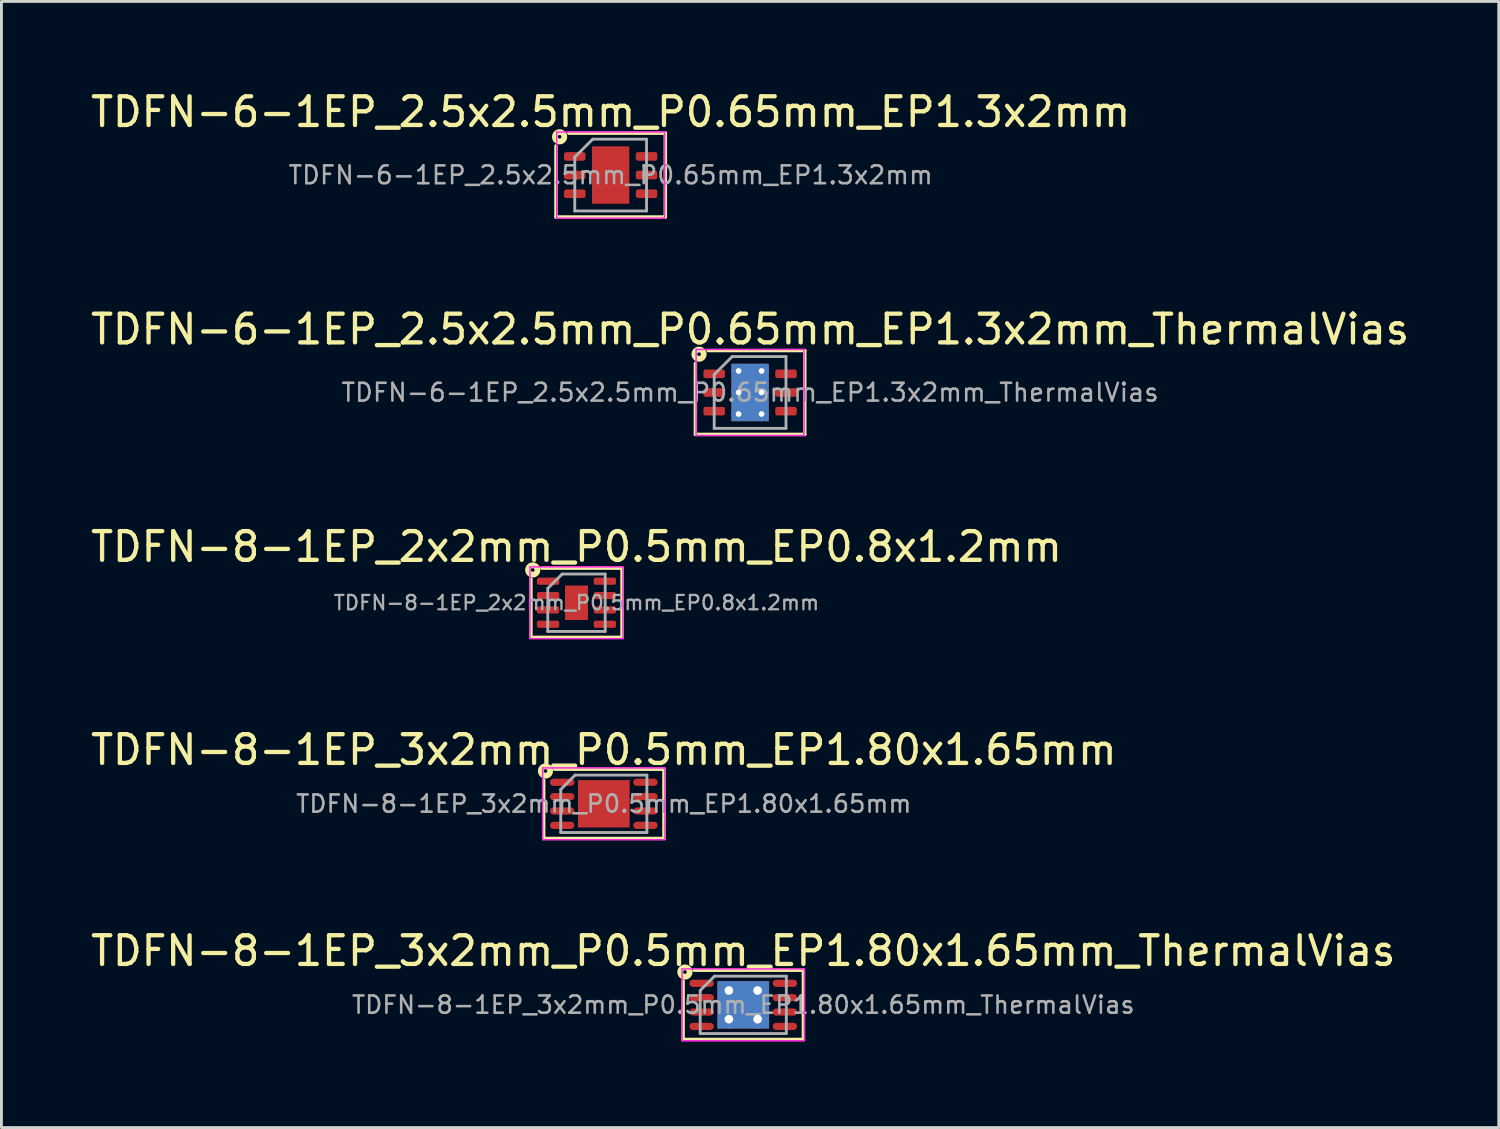
<source format=kicad_pcb>
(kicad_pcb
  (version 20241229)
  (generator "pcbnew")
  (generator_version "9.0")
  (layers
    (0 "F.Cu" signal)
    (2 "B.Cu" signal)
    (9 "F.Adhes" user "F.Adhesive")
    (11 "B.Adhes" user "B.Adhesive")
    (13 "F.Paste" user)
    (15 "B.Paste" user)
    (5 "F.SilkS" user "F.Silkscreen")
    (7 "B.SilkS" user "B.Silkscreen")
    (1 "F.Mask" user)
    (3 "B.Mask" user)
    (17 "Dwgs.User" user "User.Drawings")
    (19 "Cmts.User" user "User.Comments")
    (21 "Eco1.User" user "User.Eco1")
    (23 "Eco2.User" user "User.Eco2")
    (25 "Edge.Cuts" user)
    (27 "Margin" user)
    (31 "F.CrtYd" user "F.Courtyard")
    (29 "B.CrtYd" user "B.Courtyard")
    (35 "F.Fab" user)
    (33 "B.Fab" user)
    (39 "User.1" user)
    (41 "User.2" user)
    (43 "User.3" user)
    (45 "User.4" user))
  (footprint "TDFN-8-1EP_3x2mm_P0.5mm_EP1.80x1.65mm"
    (layer "F.Cu")
    (at 17.982 24.948)
    (property "Reference" "TDFN-8-1EP_3x2mm_P0.5mm_EP1.80x1.65mm" (at 0 -1.88 0) (layer "F.SilkS") (effects (font (size 1 1) (thickness 0.15))))
    (attr smd)
    (fp_line (start -2.095 -0.826) (end -2.095 1.206) (stroke (width 0.12) (type solid)) (layer "F.SilkS"))
    (fp_line (start -2.095 1.206) (end 2.095 1.206) (stroke (width 0.12) (type solid)) (layer "F.SilkS"))
    (fp_line (start 2.095 -1.206) (end -1.714 -1.206) (stroke (width 0.12) (type solid)) (layer "F.SilkS"))
    (fp_line (start 2.095 1.206) (end 2.095 -1.206) (stroke (width 0.12) (type solid)) (layer "F.SilkS"))
    (fp_circle (center -2.032 -1.143) (end -1.968 -1.143) (stroke (width 0.2) (type solid)) (fill no) (layer "F.SilkS"))
    (fp_line (start -2.13 -1.25) (end -2.13 1.25) (stroke (width 0.05) (type solid)) (layer "F.CrtYd"))
    (fp_line (start -2.13 1.25) (end 2.13 1.25) (stroke (width 0.05) (type solid)) (layer "F.CrtYd"))
    (fp_line (start 2.13 -1.25) (end -2.13 -1.25) (stroke (width 0.05) (type solid)) (layer "F.CrtYd"))
    (fp_line (start 2.13 1.25) (end 2.13 -1.25) (stroke (width 0.05) (type solid)) (layer "F.CrtYd"))
    (fp_line (start -1.5 -0.5) (end -1.5 1) (stroke (width 0.1) (type solid)) (layer "F.Fab"))
    (fp_line (start -1.5 1) (end 1.5 1) (stroke (width 0.1) (type solid)) (layer "F.Fab"))
    (fp_line (start -1 -1) (end -1.5 -0.5) (stroke (width 0.1) (type solid)) (layer "F.Fab"))
    (fp_line (start 1.5 -1) (end -1 -1) (stroke (width 0.1) (type solid)) (layer "F.Fab"))
    (fp_line (start 1.5 1) (end 1.5 -1) (stroke (width 0.1) (type solid)) (layer "F.Fab"))
    (fp_text user "${REFERENCE}" (at 0 0 0) (layer "F.Fab") (effects (font (size 0.6 0.6) (thickness 0.09))))
    (pad "" smd rect (at 0 -0.5) (size 0.7 0.65) (layers "F.Paste"))
    (pad "" smd rect (at 0 0) (size 1.8 0.7) (layers "F.Paste"))
    (pad "" smd rect (at 0 0.5) (size 0.7 0.65) (layers "F.Paste"))
    (pad "1" smd oval (at -1.45 -0.75) (size 0.85 0.25) (layers "F.Cu" "F.Mask" "F.Paste"))
    (pad "2" smd oval (at -1.45 -0.25) (size 0.85 0.25) (layers "F.Cu" "F.Mask" "F.Paste"))
    (pad "3" smd oval (at -1.45 0.25) (size 0.85 0.25) (layers "F.Cu" "F.Mask" "F.Paste"))
    (pad "4" smd oval (at -1.45 0.75) (size 0.85 0.25) (layers "F.Cu" "F.Mask" "F.Paste"))
    (pad "5" smd oval (at 1.45 0.75) (size 0.85 0.25) (layers "F.Cu" "F.Mask" "F.Paste"))
    (pad "6" smd oval (at 1.45 0.25) (size 0.85 0.25) (layers "F.Cu" "F.Mask" "F.Paste"))
    (pad "7" smd oval (at 1.45 -0.25) (size 0.85 0.25) (layers "F.Cu" "F.Mask" "F.Paste"))
    (pad "8" smd oval (at 1.45 -0.75) (size 0.85 0.25) (layers "F.Cu" "F.Mask" "F.Paste"))
    (pad "9" smd rect (at 0 0) (size 1.8 1.65) (layers "F.Cu" "F.Mask")))
  (footprint "TDFN-8-1EP_3x2mm_P0.5mm_EP1.80x1.65mm_ThermalVias"
    (layer "F.Cu")
    (at 22.839 31.951)
    (property "Reference" "TDFN-8-1EP_3x2mm_P0.5mm_EP1.80x1.65mm_ThermalVias" (at 0 -1.88 0) (layer "F.SilkS") (effects (font (size 1 1) (thickness 0.15))))
    (attr smd)
    (fp_line (start -2.095 -0.826) (end -2.095 1.206) (stroke (width 0.12) (type solid)) (layer "F.SilkS"))
    (fp_line (start -2.095 1.206) (end 2.095 1.206) (stroke (width 0.12) (type solid)) (layer "F.SilkS"))
    (fp_line (start 2.095 -1.206) (end -1.714 -1.206) (stroke (width 0.12) (type solid)) (layer "F.SilkS"))
    (fp_line (start 2.095 1.206) (end 2.095 -1.206) (stroke (width 0.12) (type solid)) (layer "F.SilkS"))
    (fp_circle (center -2.032 -1.143) (end -1.968 -1.143) (stroke (width 0.2) (type solid)) (fill no) (layer "F.SilkS"))
    (fp_line (start -2.13 -1.25) (end -2.13 1.25) (stroke (width 0.05) (type solid)) (layer "F.CrtYd"))
    (fp_line (start -2.13 1.25) (end 2.13 1.25) (stroke (width 0.05) (type solid)) (layer "F.CrtYd"))
    (fp_line (start 2.13 -1.25) (end -2.13 -1.25) (stroke (width 0.05) (type solid)) (layer "F.CrtYd"))
    (fp_line (start 2.13 1.25) (end 2.13 -1.25) (stroke (width 0.05) (type solid)) (layer "F.CrtYd"))
    (fp_line (start -1.5 -0.5) (end -1.5 1) (stroke (width 0.1) (type solid)) (layer "F.Fab"))
    (fp_line (start -1.5 1) (end 1.5 1) (stroke (width 0.1) (type solid)) (layer "F.Fab"))
    (fp_line (start -1 -1) (end -1.5 -0.5) (stroke (width 0.1) (type solid)) (layer "F.Fab"))
    (fp_line (start 1.5 -1) (end -1 -1) (stroke (width 0.1) (type solid)) (layer "F.Fab"))
    (fp_line (start 1.5 1) (end 1.5 -1) (stroke (width 0.1) (type solid)) (layer "F.Fab"))
    (fp_text user "${REFERENCE}" (at 0 0 0) (layer "F.Fab") (effects (font (size 0.6 0.6) (thickness 0.09))))
    (pad "" smd rect (at 0 -0.5) (size 0.7 0.65) (layers "F.Paste"))
    (pad "" smd rect (at 0 0) (size 1.8 0.7) (layers "F.Paste"))
    (pad "" smd rect (at 0 0.5) (size 0.7 0.65) (layers "F.Paste"))
    (pad "1" smd oval (at -1.45 -0.75) (size 0.85 0.25) (layers "F.Cu" "F.Mask" "F.Paste"))
    (pad "2" smd oval (at -1.45 -0.25) (size 0.85 0.25) (layers "F.Cu" "F.Mask" "F.Paste"))
    (pad "3" smd oval (at -1.45 0.25) (size 0.85 0.25) (layers "F.Cu" "F.Mask" "F.Paste"))
    (pad "4" smd oval (at -1.45 0.75) (size 0.85 0.25) (layers "F.Cu" "F.Mask" "F.Paste"))
    (pad "5" smd oval (at 1.45 0.75) (size 0.85 0.25) (layers "F.Cu" "F.Mask" "F.Paste"))
    (pad "6" smd oval (at 1.45 0.25) (size 0.85 0.25) (layers "F.Cu" "F.Mask" "F.Paste"))
    (pad "7" smd oval (at 1.45 -0.25) (size 0.85 0.25) (layers "F.Cu" "F.Mask" "F.Paste"))
    (pad "8" smd oval (at 1.45 -0.75) (size 0.85 0.25) (layers "F.Cu" "F.Mask" "F.Paste"))
    (pad "9" thru_hole circle (at -0.5 -0.5) (size 0.65 0.65) (drill 0.3) (layers "*.Cu"))
    (pad "9" thru_hole circle (at -0.5 0.5) (size 0.65 0.65) (drill 0.3) (layers "*.Cu"))
    (pad "9" smd rect (at 0 0) (size 1.8 1.65) (layers "F.Cu" "F.Mask"))
    (pad "9" smd rect (at 0 0) (size 1.8 1.65) (layers "B.Cu" "B.Mask"))
    (pad "9" thru_hole circle (at 0.5 -0.5) (size 0.65 0.65) (drill 0.3) (layers "*.Cu"))
    (pad "9" thru_hole circle (at 0.5 0.5) (size 0.65 0.65) (drill 0.3) (layers "*.Cu")))
  (footprint "TDFN-6-1EP_2.5x2.5mm_P0.65mm_EP1.3x2mm"
    (layer "F.Cu")
    (at 18.22 3.048)
    (property "Reference" "TDFN-6-1EP_2.5x2.5mm_P0.65mm_EP1.3x2mm" (at 0 -2.2 0) (layer "F.SilkS") (effects (font (size 1 1) (thickness 0.15))))
    (attr smd)
    (fp_line (start -1.905 -1.016) (end -1.905 1.46) (stroke (width 0.12) (type solid)) (layer "F.SilkS"))
    (fp_line (start -1.905 1.46) (end 1.905 1.46) (stroke (width 0.12) (type solid)) (layer "F.SilkS"))
    (fp_line (start 1.905 -1.46) (end -1.46 -1.46) (stroke (width 0.12) (type solid)) (layer "F.SilkS"))
    (fp_line (start 1.905 1.46) (end 1.905 -1.46) (stroke (width 0.12) (type solid)) (layer "F.SilkS"))
    (fp_circle (center -1.778 -1.333) (end -1.714 -1.333) (stroke (width 0.2) (type solid)) (fill no) (layer "F.SilkS"))
    (fp_line (start -1.88 -1.5) (end -1.88 1.5) (stroke (width 0.05) (type solid)) (layer "F.CrtYd"))
    (fp_line (start -1.88 1.5) (end 1.88 1.5) (stroke (width 0.05) (type solid)) (layer "F.CrtYd"))
    (fp_line (start 1.88 -1.5) (end -1.88 -1.5) (stroke (width 0.05) (type solid)) (layer "F.CrtYd"))
    (fp_line (start 1.88 1.5) (end 1.88 -1.5) (stroke (width 0.05) (type solid)) (layer "F.CrtYd"))
    (fp_line (start -1.25 -0.625) (end -0.625 -1.25) (stroke (width 0.1) (type solid)) (layer "F.Fab"))
    (fp_line (start -1.25 1.25) (end -1.25 -0.625) (stroke (width 0.1) (type solid)) (layer "F.Fab"))
    (fp_line (start -0.625 -1.25) (end 1.25 -1.25) (stroke (width 0.1) (type solid)) (layer "F.Fab"))
    (fp_line (start 1.25 -1.25) (end 1.25 1.25) (stroke (width 0.1) (type solid)) (layer "F.Fab"))
    (fp_line (start 1.25 1.25) (end -1.25 1.25) (stroke (width 0.1) (type solid)) (layer "F.Fab"))
    (fp_text user "${REFERENCE}" (at 0 0 0) (layer "F.Fab") (effects (font (size 0.62 0.62) (thickness 0.09))))
    (pad "" smd roundrect (at -0.325 -0.5) (size 0.52 0.81) (layers "F.Paste") (roundrect_rratio 0.25))
    (pad "" smd roundrect (at -0.325 0.5) (size 0.52 0.81) (layers "F.Paste") (roundrect_rratio 0.25))
    (pad "" smd roundrect (at 0.325 -0.5) (size 0.52 0.81) (layers "F.Paste") (roundrect_rratio 0.25))
    (pad "" smd roundrect (at 0.325 0.5) (size 0.52 0.81) (layers "F.Paste") (roundrect_rratio 0.25))
    (pad "1" smd roundrect (at -1.25 -0.65) (size 0.75 0.3) (layers "F.Cu" "F.Mask" "F.Paste") (roundrect_rratio 0.25))
    (pad "2" smd roundrect (at -1.25 0) (size 0.75 0.3) (layers "F.Cu" "F.Mask" "F.Paste") (roundrect_rratio 0.25))
    (pad "3" smd roundrect (at -1.25 0.65) (size 0.75 0.3) (layers "F.Cu" "F.Mask" "F.Paste") (roundrect_rratio 0.25))
    (pad "4" smd roundrect (at 1.25 0.65) (size 0.75 0.3) (layers "F.Cu" "F.Mask" "F.Paste") (roundrect_rratio 0.25))
    (pad "5" smd roundrect (at 1.25 0) (size 0.75 0.3) (layers "F.Cu" "F.Mask" "F.Paste") (roundrect_rratio 0.25))
    (pad "6" smd roundrect (at 1.25 -0.65) (size 0.75 0.3) (layers "F.Cu" "F.Mask" "F.Paste") (roundrect_rratio 0.25))
    (pad "7" smd rect (at 0 0) (size 1.3 2) (layers "F.Cu" "F.Mask")))
  (footprint "TDFN-8-1EP_2x2mm_P0.5mm_EP0.8x1.2mm"
    (layer "F.Cu")
    (at 17.03 17.945)
    (property "Reference" "TDFN-8-1EP_2x2mm_P0.5mm_EP0.8x1.2mm" (at 0 -1.95 0) (layer "F.SilkS") (effects (font (size 1 1) (thickness 0.15))))
    (attr smd)
    (fp_line (start -1.587 -0.826) (end -1.587 1.206) (stroke (width 0.12) (type solid)) (layer "F.SilkS"))
    (fp_line (start -1.587 1.206) (end 1.587 1.206) (stroke (width 0.12) (type solid)) (layer "F.SilkS"))
    (fp_line (start 1.587 -1.206) (end -1.206 -1.206) (stroke (width 0.12) (type solid)) (layer "F.SilkS"))
    (fp_line (start 1.587 1.206) (end 1.587 -1.206) (stroke (width 0.12) (type solid)) (layer "F.SilkS"))
    (fp_circle (center -1.524 -1.143) (end -1.46 -1.143) (stroke (width 0.2) (type solid)) (fill no) (layer "F.SilkS"))
    (fp_line (start -1.62 -1.25) (end -1.62 1.25) (stroke (width 0.05) (type solid)) (layer "F.CrtYd"))
    (fp_line (start -1.62 1.25) (end 1.62 1.25) (stroke (width 0.05) (type solid)) (layer "F.CrtYd"))
    (fp_line (start 1.62 -1.25) (end -1.62 -1.25) (stroke (width 0.05) (type solid)) (layer "F.CrtYd"))
    (fp_line (start 1.62 1.25) (end 1.62 -1.25) (stroke (width 0.05) (type solid)) (layer "F.CrtYd"))
    (fp_line (start -1 -0.5) (end -0.5 -1) (stroke (width 0.1) (type solid)) (layer "F.Fab"))
    (fp_line (start -1 1) (end -1 -0.5) (stroke (width 0.1) (type solid)) (layer "F.Fab"))
    (fp_line (start -0.5 -1) (end 1 -1) (stroke (width 0.1) (type solid)) (layer "F.Fab"))
    (fp_line (start 1 -1) (end 1 1) (stroke (width 0.1) (type solid)) (layer "F.Fab"))
    (fp_line (start 1 1) (end -1 1) (stroke (width 0.1) (type solid)) (layer "F.Fab"))
    (fp_text user "${REFERENCE}" (at 0 0 0) (layer "F.Fab") (effects (font (size 0.5 0.5) (thickness 0.08))))
    (pad "" smd roundrect (at -0.2 -0.3) (size 0.32 0.48) (layers "F.Paste") (roundrect_rratio 0.25))
    (pad "" smd roundrect (at -0.2 0.3) (size 0.32 0.48) (layers "F.Paste") (roundrect_rratio 0.25))
    (pad "" smd roundrect (at 0.2 -0.3) (size 0.32 0.48) (layers "F.Paste") (roundrect_rratio 0.25))
    (pad "" smd roundrect (at 0.2 0.3) (size 0.32 0.48) (layers "F.Paste") (roundrect_rratio 0.25))
    (pad "1" smd roundrect (at -0.988 -0.75) (size 0.775 0.25) (layers "F.Cu" "F.Mask" "F.Paste") (roundrect_rratio 0.25))
    (pad "2" smd roundrect (at -0.988 -0.25) (size 0.775 0.25) (layers "F.Cu" "F.Mask" "F.Paste") (roundrect_rratio 0.25))
    (pad "3" smd roundrect (at -0.988 0.25) (size 0.775 0.25) (layers "F.Cu" "F.Mask" "F.Paste") (roundrect_rratio 0.25))
    (pad "4" smd roundrect (at -0.988 0.75) (size 0.775 0.25) (layers "F.Cu" "F.Mask" "F.Paste") (roundrect_rratio 0.25))
    (pad "5" smd roundrect (at 0.988 0.75) (size 0.775 0.25) (layers "F.Cu" "F.Mask" "F.Paste") (roundrect_rratio 0.25))
    (pad "6" smd roundrect (at 0.988 0.25) (size 0.775 0.25) (layers "F.Cu" "F.Mask" "F.Paste") (roundrect_rratio 0.25))
    (pad "7" smd roundrect (at 0.988 -0.25) (size 0.775 0.25) (layers "F.Cu" "F.Mask" "F.Paste") (roundrect_rratio 0.25))
    (pad "8" smd roundrect (at 0.988 -0.75) (size 0.775 0.25) (layers "F.Cu" "F.Mask" "F.Paste") (roundrect_rratio 0.25))
    (pad "9" smd rect (at 0 0) (size 0.8 1.2) (layers "F.Cu" "F.Mask")))
  (footprint "TDFN-6-1EP_2.5x2.5mm_P0.65mm_EP1.3x2mm_ThermalVias"
    (layer "F.Cu")
    (at 23.077 10.621)
    (property "Reference" "TDFN-6-1EP_2.5x2.5mm_P0.65mm_EP1.3x2mm_ThermalVias" (at 0 -2.2 0) (layer "F.SilkS") (effects (font (size 1 1) (thickness 0.15))))
    (attr smd)
    (fp_line (start -1.905 -1.016) (end -1.905 1.46) (stroke (width 0.12) (type solid)) (layer "F.SilkS"))
    (fp_line (start -1.905 1.46) (end 1.905 1.46) (stroke (width 0.12) (type solid)) (layer "F.SilkS"))
    (fp_line (start 1.905 -1.46) (end -1.46 -1.46) (stroke (width 0.12) (type solid)) (layer "F.SilkS"))
    (fp_line (start 1.905 1.46) (end 1.905 -1.46) (stroke (width 0.12) (type solid)) (layer "F.SilkS"))
    (fp_circle (center -1.778 -1.333) (end -1.714 -1.333) (stroke (width 0.2) (type solid)) (fill no) (layer "F.SilkS"))
    (fp_line (start -1.88 -1.5) (end -1.88 1.5) (stroke (width 0.05) (type solid)) (layer "F.CrtYd"))
    (fp_line (start -1.88 1.5) (end 1.88 1.5) (stroke (width 0.05) (type solid)) (layer "F.CrtYd"))
    (fp_line (start 1.88 -1.5) (end -1.88 -1.5) (stroke (width 0.05) (type solid)) (layer "F.CrtYd"))
    (fp_line (start 1.88 1.5) (end 1.88 -1.5) (stroke (width 0.05) (type solid)) (layer "F.CrtYd"))
    (fp_line (start -1.25 -0.625) (end -0.625 -1.25) (stroke (width 0.1) (type solid)) (layer "F.Fab"))
    (fp_line (start -1.25 1.25) (end -1.25 -0.625) (stroke (width 0.1) (type solid)) (layer "F.Fab"))
    (fp_line (start -0.625 -1.25) (end 1.25 -1.25) (stroke (width 0.1) (type solid)) (layer "F.Fab"))
    (fp_line (start 1.25 -1.25) (end 1.25 1.25) (stroke (width 0.1) (type solid)) (layer "F.Fab"))
    (fp_line (start 1.25 1.25) (end -1.25 1.25) (stroke (width 0.1) (type solid)) (layer "F.Fab"))
    (fp_text user "${REFERENCE}" (at 0 0 0) (layer "F.Fab") (effects (font (size 0.62 0.62) (thickness 0.09))))
    (pad "" smd roundrect (at -0.325 -0.5) (size 0.56 0.87) (layers "F.Paste") (roundrect_rratio 0.25))
    (pad "" smd roundrect (at -0.325 0.5) (size 0.56 0.87) (layers "F.Paste") (roundrect_rratio 0.25))
    (pad "" smd roundrect (at 0.325 -0.5) (size 0.56 0.87) (layers "F.Paste") (roundrect_rratio 0.25))
    (pad "" smd roundrect (at 0.325 0.5) (size 0.56 0.87) (layers "F.Paste") (roundrect_rratio 0.25))
    (pad "1" smd roundrect (at -1.25 -0.65) (size 0.75 0.3) (layers "F.Cu" "F.Mask" "F.Paste") (roundrect_rratio 0.25))
    (pad "2" smd roundrect (at -1.25 0) (size 0.75 0.3) (layers "F.Cu" "F.Mask" "F.Paste") (roundrect_rratio 0.25))
    (pad "3" smd roundrect (at -1.25 0.65) (size 0.75 0.3) (layers "F.Cu" "F.Mask" "F.Paste") (roundrect_rratio 0.25))
    (pad "4" smd roundrect (at 1.25 0.65) (size 0.75 0.3) (layers "F.Cu" "F.Mask" "F.Paste") (roundrect_rratio 0.25))
    (pad "5" smd roundrect (at 1.25 0) (size 0.75 0.3) (layers "F.Cu" "F.Mask" "F.Paste") (roundrect_rratio 0.25))
    (pad "6" smd roundrect (at 1.25 -0.65) (size 0.75 0.3) (layers "F.Cu" "F.Mask" "F.Paste") (roundrect_rratio 0.25))
    (pad "7" thru_hole circle (at -0.4 -0.75) (size 0.5 0.5) (drill 0.2) (layers "*.Cu"))
    (pad "7" thru_hole circle (at -0.4 0) (size 0.5 0.5) (drill 0.2) (layers "*.Cu"))
    (pad "7" thru_hole circle (at -0.4 0.75) (size 0.5 0.5) (drill 0.2) (layers "*.Cu"))
    (pad "7" smd rect (at 0 0) (size 1.3 2) (layers "F.Cu" "F.Mask"))
    (pad "7" smd rect (at 0 0) (size 1.3 2) (layers "B.Cu" "B.Mask"))
    (pad "7" thru_hole circle (at 0.4 -0.75) (size 0.5 0.5) (drill 0.2) (layers "*.Cu"))
    (pad "7" thru_hole circle (at 0.4 0) (size 0.5 0.5) (drill 0.2) (layers "*.Cu"))
    (pad "7" thru_hole circle (at 0.4 0.75) (size 0.5 0.5) (drill 0.2) (layers "*.Cu")))
  (gr_rect
    (start -3 -3)
    (end 49.155 36.226)
    (stroke (width 0.1) (type default))
    (fill no)
    (layer "Edge.Cuts")))
</source>
